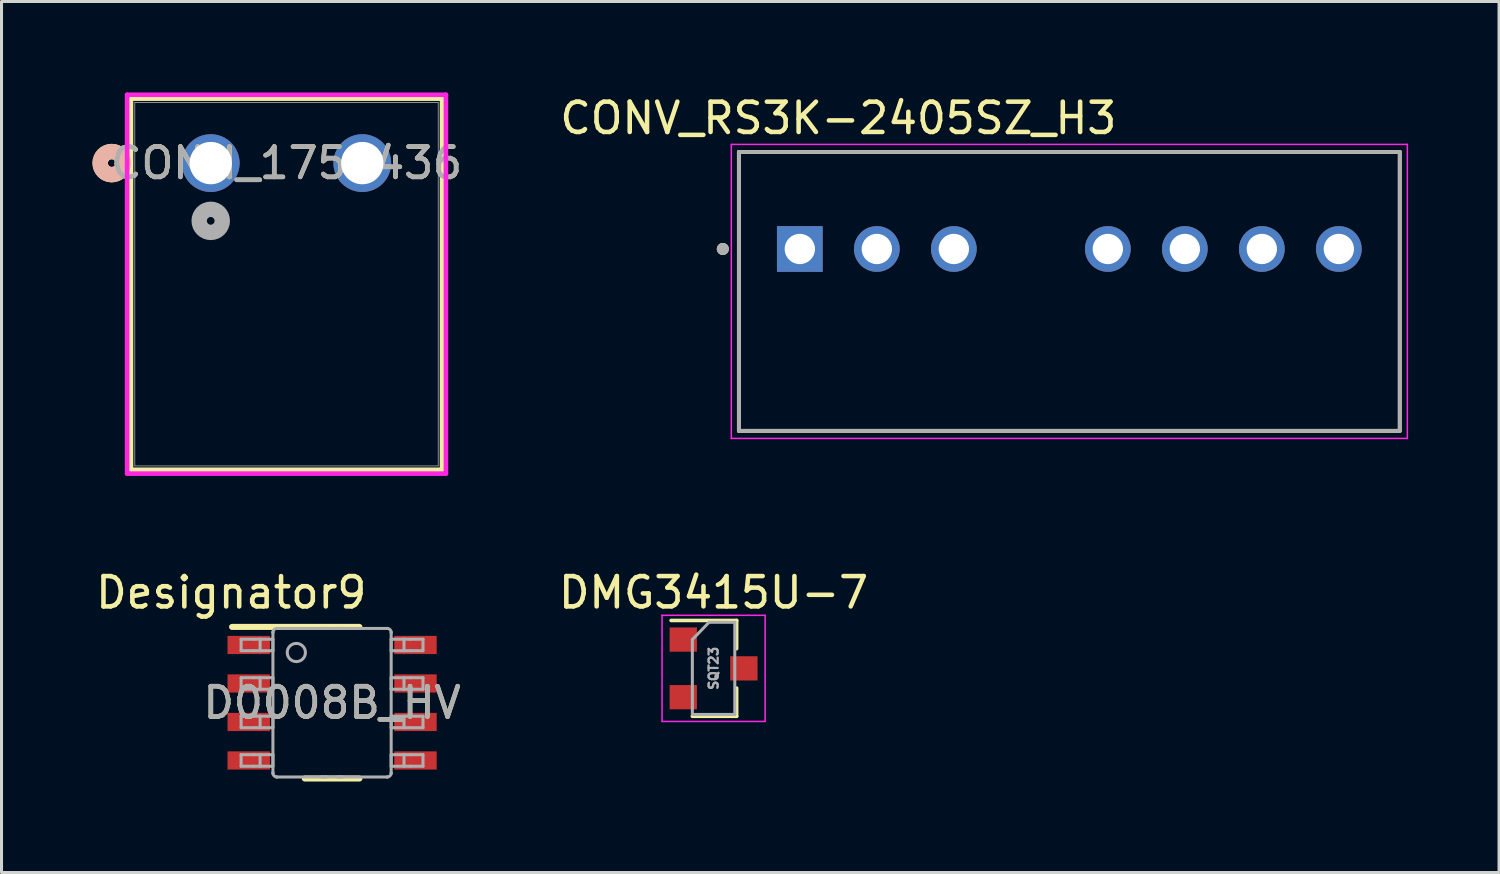
<source format=kicad_pcb>
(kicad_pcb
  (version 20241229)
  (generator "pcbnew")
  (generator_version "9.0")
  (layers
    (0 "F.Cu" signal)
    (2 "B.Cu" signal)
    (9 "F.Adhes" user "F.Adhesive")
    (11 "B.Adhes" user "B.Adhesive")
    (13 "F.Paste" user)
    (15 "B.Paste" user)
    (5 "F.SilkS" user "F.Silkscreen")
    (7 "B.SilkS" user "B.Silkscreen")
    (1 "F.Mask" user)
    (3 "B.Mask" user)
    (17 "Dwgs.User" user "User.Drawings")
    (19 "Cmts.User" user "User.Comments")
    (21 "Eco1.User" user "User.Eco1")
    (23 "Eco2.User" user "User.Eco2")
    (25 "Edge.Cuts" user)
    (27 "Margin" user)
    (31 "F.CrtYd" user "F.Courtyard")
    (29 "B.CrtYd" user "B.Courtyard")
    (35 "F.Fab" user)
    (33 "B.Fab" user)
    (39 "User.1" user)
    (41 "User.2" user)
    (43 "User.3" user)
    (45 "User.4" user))
  (footprint "DMG3415U-7"
    (layer "F.Cu")
    (at 20.488 18.997)
    (property "Reference" "DMG3415U-7" (at 0 -2.5 0) (layer "F.SilkS") (effects (font (size 1 1) (thickness 0.15))))
    (attr smd)
    (fp_line (start 0.76 -1.58) (end -1.4 -1.58) (stroke (width 0.12) (type solid)) (layer "F.SilkS"))
    (fp_line (start 0.76 -1.58) (end 0.76 -0.65) (stroke (width 0.12) (type solid)) (layer "F.SilkS"))
    (fp_line (start 0.76 1.58) (end -0.7 1.58) (stroke (width 0.12) (type solid)) (layer "F.SilkS"))
    (fp_line (start 0.76 1.58) (end 0.76 0.65) (stroke (width 0.12) (type solid)) (layer "F.SilkS"))
    (fp_line (start -1.7 -1.75) (end 1.7 -1.75) (stroke (width 0.05) (type solid)) (layer "F.CrtYd"))
    (fp_line (start -1.7 1.75) (end -1.7 -1.75) (stroke (width 0.05) (type solid)) (layer "F.CrtYd"))
    (fp_line (start 1.7 -1.75) (end 1.7 1.75) (stroke (width 0.05) (type solid)) (layer "F.CrtYd"))
    (fp_line (start 1.7 1.75) (end -1.7 1.75) (stroke (width 0.05) (type solid)) (layer "F.CrtYd"))
    (fp_line (start -0.7 -0.95) (end -0.7 1.5) (stroke (width 0.1) (type solid)) (layer "F.Fab"))
    (fp_line (start -0.7 -0.95) (end -0.15 -1.52) (stroke (width 0.1) (type solid)) (layer "F.Fab"))
    (fp_line (start -0.7 1.52) (end 0.7 1.52) (stroke (width 0.1) (type solid)) (layer "F.Fab"))
    (fp_line (start -0.15 -1.52) (end 0.7 -1.52) (stroke (width 0.1) (type solid)) (layer "F.Fab"))
    (fp_line (start 0.7 -1.52) (end 0.7 1.52) (stroke (width 0.1) (type solid)) (layer "F.Fab"))
    (fp_text user "SQT23" (at 0 0 90) (layer "F.Fab") (effects (font (size 0.3 0.3) (thickness 0.075))))
    (pad "1" smd rect (at -1 -0.95) (size 0.9 0.8) (layers "F.Cu" "F.Mask" "F.Paste"))
    (pad "2" smd rect (at -1 0.95) (size 0.9 0.8) (layers "F.Cu" "F.Mask" "F.Paste"))
    (pad "3" smd rect (at 1 0) (size 0.9 0.8) (layers "F.Cu" "F.Mask" "F.Paste")))
  (footprint "CONV_RS3K-2405SZ_H3"
    (layer "F.Cu")
    (at 32.223 6.563)
    (property "Reference" "CONV_RS3K-2405SZ_H3" (at -7.62 -5.715 0) (layer "F.SilkS") (effects (font (size 1 1) (thickness 0.15))))
    (attr through_hole)
    (fp_line (start -10.9 -4.6) (end 10.9 -4.6) (stroke (width 0.127) (type solid)) (layer "F.SilkS"))
    (fp_line (start -10.9 4.6) (end -10.9 -4.6) (stroke (width 0.127) (type solid)) (layer "F.SilkS"))
    (fp_line (start 10.9 -4.6) (end 10.9 4.6) (stroke (width 0.127) (type solid)) (layer "F.SilkS"))
    (fp_line (start 10.9 4.6) (end -10.9 4.6) (stroke (width 0.127) (type solid)) (layer "F.SilkS"))
    (fp_circle (center -11.43 -1.4) (end -11.33 -1.4) (stroke (width 0.2) (type solid)) (fill no) (layer "F.SilkS"))
    (fp_line (start -11.15 -4.85) (end 11.15 -4.85) (stroke (width 0.05) (type solid)) (layer "F.CrtYd"))
    (fp_line (start -11.15 4.85) (end -11.15 -4.85) (stroke (width 0.05) (type solid)) (layer "F.CrtYd"))
    (fp_line (start 11.15 -4.85) (end 11.15 4.85) (stroke (width 0.05) (type solid)) (layer "F.CrtYd"))
    (fp_line (start 11.15 4.85) (end -11.15 4.85) (stroke (width 0.05) (type solid)) (layer "F.CrtYd"))
    (fp_line (start -10.9 -4.6) (end 10.9 -4.6) (stroke (width 0.127) (type solid)) (layer "F.Fab"))
    (fp_line (start -10.9 4.6) (end -10.9 -4.6) (stroke (width 0.127) (type solid)) (layer "F.Fab"))
    (fp_line (start 10.9 -4.6) (end 10.9 4.6) (stroke (width 0.127) (type solid)) (layer "F.Fab"))
    (fp_line (start 10.9 4.6) (end -10.9 4.6) (stroke (width 0.127) (type solid)) (layer "F.Fab"))
    (fp_circle (center -11.43 -1.4) (end -11.33 -1.4) (stroke (width 0.2) (type solid)) (fill no) (layer "F.Fab"))
    (pad "1" thru_hole rect (at -8.89 -1.4) (size 1.508 1.508) (drill 1) (layers "*.Cu" "*.Mask"))
    (pad "2" thru_hole circle (at -6.35 -1.4) (size 1.508 1.508) (drill 1) (layers "*.Cu" "*.Mask"))
    (pad "3" thru_hole circle (at -3.81 -1.4) (size 1.508 1.508) (drill 1) (layers "*.Cu" "*.Mask"))
    (pad "5" thru_hole circle (at 1.27 -1.4) (size 1.508 1.508) (drill 1) (layers "*.Cu" "*.Mask"))
    (pad "6" thru_hole circle (at 3.81 -1.4) (size 1.508 1.508) (drill 1) (layers "*.Cu" "*.Mask"))
    (pad "7" thru_hole circle (at 6.35 -1.4) (size 1.508 1.508) (drill 1) (layers "*.Cu" "*.Mask"))
    (pad "8" thru_hole circle (at 8.89 -1.4) (size 1.508 1.508) (drill 1) (layers "*.Cu" "*.Mask")))
  (footprint "D0008B_HV"
    (layer "F.Cu")
    (at 7.905 20.13)
    (property "Reference" "D0008B_HV" (at 0 0 0) (unlocked yes) (layer "F.SilkS") (effects (font (size 1 1) (thickness 0.15))))
    (attr smd)
    (fp_line (start -3.3 -2.5) (end 0.9 -2.5) (stroke (width 0.2) (type solid)) (layer "F.SilkS"))
    (fp_line (start -0.9 2.5) (end 0.9 2.5) (stroke (width 0.2) (type solid)) (layer "F.SilkS"))
    (fp_line (start -3.002 -2.095) (end -2.589 -2.095) (stroke (width 0.1) (type solid)) (layer "F.Fab"))
    (fp_line (start -3.002 -1.715) (end -3.002 -2.095) (stroke (width 0.1) (type solid)) (layer "F.Fab"))
    (fp_line (start -3.002 -1.715) (end -2.589 -1.715) (stroke (width 0.1) (type solid)) (layer "F.Fab"))
    (fp_line (start -3.002 -0.825) (end -2.589 -0.825) (stroke (width 0.1) (type solid)) (layer "F.Fab"))
    (fp_line (start -3.002 -0.445) (end -3.002 -0.825) (stroke (width 0.1) (type solid)) (layer "F.Fab"))
    (fp_line (start -3.002 -0.445) (end -2.589 -0.445) (stroke (width 0.1) (type solid)) (layer "F.Fab"))
    (fp_line (start -3.002 0.445) (end -2.589 0.445) (stroke (width 0.1) (type solid)) (layer "F.Fab"))
    (fp_line (start -3.002 0.825) (end -3.002 0.445) (stroke (width 0.1) (type solid)) (layer "F.Fab"))
    (fp_line (start -3.002 0.825) (end -2.589 0.825) (stroke (width 0.1) (type solid)) (layer "F.Fab"))
    (fp_line (start -3.002 1.715) (end -2.589 1.715) (stroke (width 0.1) (type solid)) (layer "F.Fab"))
    (fp_line (start -3.002 2.095) (end -3.002 1.715) (stroke (width 0.1) (type solid)) (layer "F.Fab"))
    (fp_line (start -3.002 2.095) (end -2.589 2.095) (stroke (width 0.1) (type solid)) (layer "F.Fab"))
    (fp_line (start -2.589 -2.095) (end -2.375 -2.095) (stroke (width 0.1) (type solid)) (layer "F.Fab"))
    (fp_line (start -2.589 -1.715) (end -2.375 -1.715) (stroke (width 0.1) (type solid)) (layer "F.Fab"))
    (fp_line (start -2.589 -0.825) (end -2.375 -0.825) (stroke (width 0.1) (type solid)) (layer "F.Fab"))
    (fp_line (start -2.589 -0.445) (end -2.375 -0.445) (stroke (width 0.1) (type solid)) (layer "F.Fab"))
    (fp_line (start -2.589 0.445) (end -2.375 0.445) (stroke (width 0.1) (type solid)) (layer "F.Fab"))
    (fp_line (start -2.589 0.825) (end -2.375 0.825) (stroke (width 0.1) (type solid)) (layer "F.Fab"))
    (fp_line (start -2.589 1.715) (end -2.375 1.715) (stroke (width 0.1) (type solid)) (layer "F.Fab"))
    (fp_line (start -2.589 2.095) (end -2.375 2.095) (stroke (width 0.1) (type solid)) (layer "F.Fab"))
    (fp_line (start -2.375 -2.095) (end -1.995 -2.095) (stroke (width 0.1) (type solid)) (layer "F.Fab"))
    (fp_line (start -2.375 -1.715) (end -2.375 -2.095) (stroke (width 0.1) (type solid)) (layer "F.Fab"))
    (fp_line (start -2.375 -1.715) (end -1.995 -1.715) (stroke (width 0.1) (type solid)) (layer "F.Fab"))
    (fp_line (start -2.375 -0.825) (end -1.995 -0.825) (stroke (width 0.1) (type solid)) (layer "F.Fab"))
    (fp_line (start -2.375 -0.445) (end -2.375 -0.825) (stroke (width 0.1) (type solid)) (layer "F.Fab"))
    (fp_line (start -2.375 -0.445) (end -1.995 -0.445) (stroke (width 0.1) (type solid)) (layer "F.Fab"))
    (fp_line (start -2.375 0.445) (end -1.995 0.445) (stroke (width 0.1) (type solid)) (layer "F.Fab"))
    (fp_line (start -2.375 0.825) (end -2.375 0.445) (stroke (width 0.1) (type solid)) (layer "F.Fab"))
    (fp_line (start -2.375 0.825) (end -1.995 0.825) (stroke (width 0.1) (type solid)) (layer "F.Fab"))
    (fp_line (start -2.375 1.715) (end -1.995 1.715) (stroke (width 0.1) (type solid)) (layer "F.Fab"))
    (fp_line (start -2.375 2.095) (end -2.375 1.715) (stroke (width 0.1) (type solid)) (layer "F.Fab"))
    (fp_line (start -2.375 2.095) (end -1.995 2.095) (stroke (width 0.1) (type solid)) (layer "F.Fab"))
    (fp_line (start -1.995 -2.095) (end -1.952 -2.095) (stroke (width 0.1) (type solid)) (layer "F.Fab"))
    (fp_line (start -1.995 -1.715) (end -1.952 -1.715) (stroke (width 0.1) (type solid)) (layer "F.Fab"))
    (fp_line (start -1.995 -0.825) (end -1.952 -0.825) (stroke (width 0.1) (type solid)) (layer "F.Fab"))
    (fp_line (start -1.995 -0.445) (end -1.952 -0.445) (stroke (width 0.1) (type solid)) (layer "F.Fab"))
    (fp_line (start -1.995 0.445) (end -1.952 0.445) (stroke (width 0.1) (type solid)) (layer "F.Fab"))
    (fp_line (start -1.995 0.825) (end -1.952 0.825) (stroke (width 0.1) (type solid)) (layer "F.Fab"))
    (fp_line (start -1.995 1.715) (end -1.952 1.715) (stroke (width 0.1) (type solid)) (layer "F.Fab"))
    (fp_line (start -1.995 2.095) (end -1.952 2.095) (stroke (width 0.1) (type solid)) (layer "F.Fab"))
    (fp_line (start -1.952 -2.323) (end -1.952 -2.324) (stroke (width 0.1) (type solid)) (layer "F.Fab"))
    (fp_line (start -1.952 -1.715) (end -1.952 -2.095) (stroke (width 0.1) (type solid)) (layer "F.Fab"))
    (fp_line (start -1.952 -0.445) (end -1.952 -0.825) (stroke (width 0.1) (type solid)) (layer "F.Fab"))
    (fp_line (start -1.952 0.825) (end -1.952 0.445) (stroke (width 0.1) (type solid)) (layer "F.Fab"))
    (fp_line (start -1.952 2.095) (end -1.952 1.715) (stroke (width 0.1) (type solid)) (layer "F.Fab"))
    (fp_line (start -1.952 2.323) (end -1.952 -2.323) (stroke (width 0.1) (type solid)) (layer "F.Fab"))
    (fp_line (start -1.952 2.324) (end -1.952 2.323) (stroke (width 0.1) (type solid)) (layer "F.Fab"))
    (fp_line (start -1.826 -2.45) (end -1.825 -2.45) (stroke (width 0.1) (type solid)) (layer "F.Fab"))
    (fp_line (start -1.826 2.45) (end -1.825 2.45) (stroke (width 0.1) (type solid)) (layer "F.Fab"))
    (fp_line (start -1.825 -2.45) (end -0.332 -2.45) (stroke (width 0.1) (type solid)) (layer "F.Fab"))
    (fp_line (start -1.825 2.45) (end -0.332 2.45) (stroke (width 0.1) (type solid)) (layer "F.Fab"))
    (fp_line (start -0.332 -2.45) (end -0.182 -2.45) (stroke (width 0.1) (type solid)) (layer "F.Fab"))
    (fp_line (start -0.332 -2.45) (end -0.182 -2.45) (stroke (width 0.1) (type solid)) (layer "F.Fab"))
    (fp_line (start -0.332 2.45) (end -0.182 2.45) (stroke (width 0.1) (type solid)) (layer "F.Fab"))
    (fp_line (start -0.332 2.45) (end -0.182 2.45) (stroke (width 0.1) (type solid)) (layer "F.Fab"))
    (fp_line (start -0.182 -2.45) (end 0.178 -2.45) (stroke (width 0.1) (type solid)) (layer "F.Fab"))
    (fp_line (start -0.182 2.45) (end 0.178 2.45) (stroke (width 0.1) (type solid)) (layer "F.Fab"))
    (fp_line (start 0.178 -2.45) (end 0.328 -2.45) (stroke (width 0.1) (type solid)) (layer "F.Fab"))
    (fp_line (start 0.178 -2.45) (end 0.328 -2.45) (stroke (width 0.1) (type solid)) (layer "F.Fab"))
    (fp_line (start 0.178 2.45) (end 0.328 2.45) (stroke (width 0.1) (type solid)) (layer "F.Fab"))
    (fp_line (start 0.178 2.45) (end 0.328 2.45) (stroke (width 0.1) (type solid)) (layer "F.Fab"))
    (fp_line (start 0.328 -2.45) (end 1.821 -2.45) (stroke (width 0.1) (type solid)) (layer "F.Fab"))
    (fp_line (start 0.328 2.45) (end 1.821 2.45) (stroke (width 0.1) (type solid)) (layer "F.Fab"))
    (fp_line (start 1.821 -2.45) (end 1.822 -2.45) (stroke (width 0.1) (type solid)) (layer "F.Fab"))
    (fp_line (start 1.821 2.45) (end 1.822 2.45) (stroke (width 0.1) (type solid)) (layer "F.Fab"))
    (fp_line (start 1.948 -2.323) (end 1.948 -2.324) (stroke (width 0.1) (type solid)) (layer "F.Fab"))
    (fp_line (start 1.948 -2.095) (end 1.991 -2.095) (stroke (width 0.1) (type solid)) (layer "F.Fab"))
    (fp_line (start 1.948 -1.715) (end 1.948 -2.095) (stroke (width 0.1) (type solid)) (layer "F.Fab"))
    (fp_line (start 1.948 -1.715) (end 1.991 -1.715) (stroke (width 0.1) (type solid)) (layer "F.Fab"))
    (fp_line (start 1.948 -0.825) (end 1.991 -0.825) (stroke (width 0.1) (type solid)) (layer "F.Fab"))
    (fp_line (start 1.948 -0.445) (end 1.948 -0.825) (stroke (width 0.1) (type solid)) (layer "F.Fab"))
    (fp_line (start 1.948 -0.445) (end 1.991 -0.445) (stroke (width 0.1) (type solid)) (layer "F.Fab"))
    (fp_line (start 1.948 0.445) (end 1.991 0.445) (stroke (width 0.1) (type solid)) (layer "F.Fab"))
    (fp_line (start 1.948 0.825) (end 1.948 0.445) (stroke (width 0.1) (type solid)) (layer "F.Fab"))
    (fp_line (start 1.948 0.825) (end 1.991 0.825) (stroke (width 0.1) (type solid)) (layer "F.Fab"))
    (fp_line (start 1.948 1.715) (end 1.991 1.715) (stroke (width 0.1) (type solid)) (layer "F.Fab"))
    (fp_line (start 1.948 2.095) (end 1.948 1.715) (stroke (width 0.1) (type solid)) (layer "F.Fab"))
    (fp_line (start 1.948 2.095) (end 1.991 2.095) (stroke (width 0.1) (type solid)) (layer "F.Fab"))
    (fp_line (start 1.948 2.323) (end 1.948 -2.323) (stroke (width 0.1) (type solid)) (layer "F.Fab"))
    (fp_line (start 1.948 2.324) (end 1.948 2.323) (stroke (width 0.1) (type solid)) (layer "F.Fab"))
    (fp_line (start 1.991 -2.095) (end 2.371 -2.095) (stroke (width 0.1) (type solid)) (layer "F.Fab"))
    (fp_line (start 1.991 -1.715) (end 2.371 -1.715) (stroke (width 0.1) (type solid)) (layer "F.Fab"))
    (fp_line (start 1.991 -0.825) (end 2.371 -0.825) (stroke (width 0.1) (type solid)) (layer "F.Fab"))
    (fp_line (start 1.991 -0.445) (end 2.371 -0.445) (stroke (width 0.1) (type solid)) (layer "F.Fab"))
    (fp_line (start 1.991 0.445) (end 2.371 0.445) (stroke (width 0.1) (type solid)) (layer "F.Fab"))
    (fp_line (start 1.991 0.825) (end 2.371 0.825) (stroke (width 0.1) (type solid)) (layer "F.Fab"))
    (fp_line (start 1.991 1.715) (end 2.371 1.715) (stroke (width 0.1) (type solid)) (layer "F.Fab"))
    (fp_line (start 1.991 2.095) (end 2.371 2.095) (stroke (width 0.1) (type solid)) (layer "F.Fab"))
    (fp_line (start 2.371 -2.095) (end 2.585 -2.095) (stroke (width 0.1) (type solid)) (layer "F.Fab"))
    (fp_line (start 2.371 -1.715) (end 2.371 -2.095) (stroke (width 0.1) (type solid)) (layer "F.Fab"))
    (fp_line (start 2.371 -1.715) (end 2.585 -1.715) (stroke (width 0.1) (type solid)) (layer "F.Fab"))
    (fp_line (start 2.371 -0.825) (end 2.585 -0.825) (stroke (width 0.1) (type solid)) (layer "F.Fab"))
    (fp_line (start 2.371 -0.445) (end 2.371 -0.825) (stroke (width 0.1) (type solid)) (layer "F.Fab"))
    (fp_line (start 2.371 -0.445) (end 2.585 -0.445) (stroke (width 0.1) (type solid)) (layer "F.Fab"))
    (fp_line (start 2.371 0.445) (end 2.585 0.445) (stroke (width 0.1) (type solid)) (layer "F.Fab"))
    (fp_line (start 2.371 0.825) (end 2.371 0.445) (stroke (width 0.1) (type solid)) (layer "F.Fab"))
    (fp_line (start 2.371 0.825) (end 2.585 0.825) (stroke (width 0.1) (type solid)) (layer "F.Fab"))
    (fp_line (start 2.371 1.715) (end 2.585 1.715) (stroke (width 0.1) (type solid)) (layer "F.Fab"))
    (fp_line (start 2.371 2.095) (end 2.371 1.715) (stroke (width 0.1) (type solid)) (layer "F.Fab"))
    (fp_line (start 2.371 2.095) (end 2.585 2.095) (stroke (width 0.1) (type solid)) (layer "F.Fab"))
    (fp_line (start 2.585 -2.095) (end 2.998 -2.095) (stroke (width 0.1) (type solid)) (layer "F.Fab"))
    (fp_line (start 2.585 -1.715) (end 2.998 -1.715) (stroke (width 0.1) (type solid)) (layer "F.Fab"))
    (fp_line (start 2.585 -0.825) (end 2.998 -0.825) (stroke (width 0.1) (type solid)) (layer "F.Fab"))
    (fp_line (start 2.585 -0.445) (end 2.998 -0.445) (stroke (width 0.1) (type solid)) (layer "F.Fab"))
    (fp_line (start 2.585 0.445) (end 2.998 0.445) (stroke (width 0.1) (type solid)) (layer "F.Fab"))
    (fp_line (start 2.585 0.825) (end 2.998 0.825) (stroke (width 0.1) (type solid)) (layer "F.Fab"))
    (fp_line (start 2.585 1.715) (end 2.998 1.715) (stroke (width 0.1) (type solid)) (layer "F.Fab"))
    (fp_line (start 2.585 2.095) (end 2.998 2.095) (stroke (width 0.1) (type solid)) (layer "F.Fab"))
    (fp_line (start 2.998 -1.715) (end 2.998 -2.095) (stroke (width 0.1) (type solid)) (layer "F.Fab"))
    (fp_line (start 2.998 -0.445) (end 2.998 -0.825) (stroke (width 0.1) (type solid)) (layer "F.Fab"))
    (fp_line (start 2.998 0.825) (end 2.998 0.445) (stroke (width 0.1) (type solid)) (layer "F.Fab"))
    (fp_line (start 2.998 2.095) (end 2.998 1.715) (stroke (width 0.1) (type solid)) (layer "F.Fab"))
    (fp_arc (start -1.952002 -2.323941) (mid -1.914806 -2.412806) (end -1.825941 -2.450002) (stroke (width 0.1) (type solid)) (layer "F.Fab"))
    (fp_arc (start -1.825941 2.449992) (mid -1.914806 2.412795) (end -1.952002 2.323931) (stroke (width 0.1) (type solid)) (layer "F.Fab"))
    (fp_arc (start -1.18 -1.956199) (mid -0.880001 -1.656199) (end -1.18 -1.3562) (stroke (width 0.1) (type solid)) (layer "F.Fab"))
    (fp_arc (start -1.18 -1.3562) (mid -1.48 -1.656199) (end -1.18 -1.956199) (stroke (width 0.1) (type solid)) (layer "F.Fab"))
    (fp_arc (start 1.821933 -2.450002) (mid 1.910797 -2.412806) (end 1.947994 -2.323941) (stroke (width 0.1) (type solid)) (layer "F.Fab"))
    (fp_arc (start 1.947994 2.323931) (mid 1.910797 2.412795) (end 1.821933 2.449992) (stroke (width 0.1) (type solid)) (layer "F.Fab"))
    (fp_text user "Designator9" (at -3.327 -3.632 0) (unlocked yes) (layer "F.SilkS") (effects (font (size 1 1) (thickness 0.15))))
    (fp_text user "${REFERENCE}" (at 0 0 0) (unlocked yes) (layer "F.Fab") (effects (font (size 1 1) (thickness 0.15))))
    (pad "1" smd rect (at -2.75 -1.905 90) (size 0.6 1.4) (layers "F.Cu" "F.Mask" "F.Paste"))
    (pad "2" smd rect (at -2.75 -0.635 90) (size 0.6 1.4) (layers "F.Cu" "F.Mask" "F.Paste"))
    (pad "3" smd rect (at -2.75 0.635 90) (size 0.6 1.4) (layers "F.Cu" "F.Mask" "F.Paste"))
    (pad "4" smd rect (at -2.75 1.905 90) (size 0.6 1.4) (layers "F.Cu" "F.Mask" "F.Paste"))
    (pad "5" smd rect (at 2.75 1.905 90) (size 0.6 1.4) (layers "F.Cu" "F.Mask" "F.Paste"))
    (pad "6" smd rect (at 2.75 0.635 90) (size 0.6 1.4) (layers "F.Cu" "F.Mask" "F.Paste"))
    (pad "7" smd rect (at 2.75 -0.635 90) (size 0.6 1.4) (layers "F.Cu" "F.Mask" "F.Paste"))
    (pad "8" smd rect (at 2.75 -1.905 90) (size 0.6 1.4) (layers "F.Cu" "F.Mask" "F.Paste")))
  (footprint "CONN_1754436"
    (layer "F.Cu")
    (at 8.901 2.33)
    (property "Reference" "CONN_1754436" (at -2.5 0 0) (unlocked yes) (layer "F.SilkS") (effects (font (size 1 1) (thickness 0.15))))
    (attr through_hole)
    (fp_line (start -7.631 -2.127) (end -7.631 10.116) (stroke (width 0.152) (type solid)) (layer "F.SilkS"))
    (fp_line (start -7.631 10.116) (end 2.631 10.116) (stroke (width 0.152) (type solid)) (layer "F.SilkS"))
    (fp_line (start 2.631 -2.127) (end -7.631 -2.127) (stroke (width 0.152) (type solid)) (layer "F.SilkS"))
    (fp_line (start 2.631 10.116) (end 2.631 -2.127) (stroke (width 0.152) (type solid)) (layer "F.SilkS"))
    (fp_circle (center -8.266 0) (end -7.885 0) (stroke (width 0.508) (type solid)) (fill no) (layer "F.SilkS"))
    (fp_circle (center -8.266 0) (end -7.885 0) (stroke (width 0.508) (type solid)) (fill no) (layer "B.SilkS"))
    (fp_line (start -7.758 -2.254) (end -7.758 10.243) (stroke (width 0.152) (type solid)) (layer "F.CrtYd"))
    (fp_line (start -7.758 10.243) (end 2.758 10.243) (stroke (width 0.152) (type solid)) (layer "F.CrtYd"))
    (fp_line (start 2.758 -2.254) (end -7.758 -2.254) (stroke (width 0.152) (type solid)) (layer "F.CrtYd"))
    (fp_line (start 2.758 10.243) (end 2.758 -2.254) (stroke (width 0.152) (type solid)) (layer "F.CrtYd"))
    (fp_line (start -7.504 -2) (end -7.504 9.989) (stroke (width 0.025) (type solid)) (layer "F.Fab"))
    (fp_line (start -7.504 9.989) (end 2.504 9.989) (stroke (width 0.025) (type solid)) (layer "F.Fab"))
    (fp_line (start 2.504 -2) (end -7.504 -2) (stroke (width 0.025) (type solid)) (layer "F.Fab"))
    (fp_line (start 2.504 9.989) (end 2.504 -2) (stroke (width 0.025) (type solid)) (layer "F.Fab"))
    (fp_circle (center -5 1.905) (end -4.619 1.905) (stroke (width 0.508) (type solid)) (fill no) (layer "F.Fab"))
    (fp_text user "${REFERENCE}" (at -2.5 0 0) (unlocked yes) (layer "F.Fab") (effects (font (size 1 1) (thickness 0.15))))
    (pad "1" thru_hole circle (at -5 0) (size 1.905 1.905) (drill 1.397) (layers "*.Cu" "*.Mask"))
    (pad "2" thru_hole circle (at 0 0) (size 1.905 1.905) (drill 1.397) (layers "*.Cu" "*.Mask")))
  (gr_rect
    (start -3 -3)
    (end 46.398 25.73)
    (stroke (width 0.1) (type default))
    (fill no)
    (layer "Edge.Cuts")))
</source>
